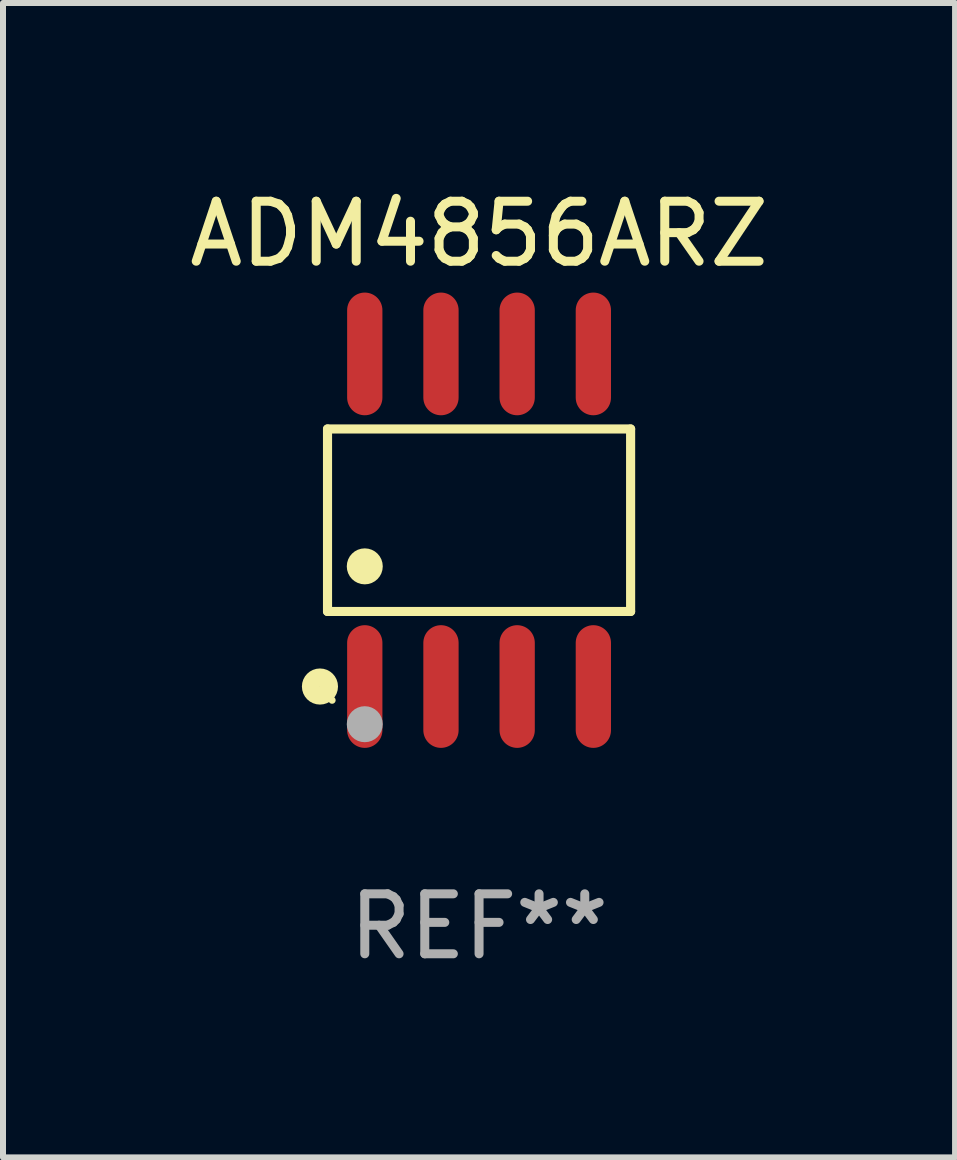
<source format=kicad_pcb>
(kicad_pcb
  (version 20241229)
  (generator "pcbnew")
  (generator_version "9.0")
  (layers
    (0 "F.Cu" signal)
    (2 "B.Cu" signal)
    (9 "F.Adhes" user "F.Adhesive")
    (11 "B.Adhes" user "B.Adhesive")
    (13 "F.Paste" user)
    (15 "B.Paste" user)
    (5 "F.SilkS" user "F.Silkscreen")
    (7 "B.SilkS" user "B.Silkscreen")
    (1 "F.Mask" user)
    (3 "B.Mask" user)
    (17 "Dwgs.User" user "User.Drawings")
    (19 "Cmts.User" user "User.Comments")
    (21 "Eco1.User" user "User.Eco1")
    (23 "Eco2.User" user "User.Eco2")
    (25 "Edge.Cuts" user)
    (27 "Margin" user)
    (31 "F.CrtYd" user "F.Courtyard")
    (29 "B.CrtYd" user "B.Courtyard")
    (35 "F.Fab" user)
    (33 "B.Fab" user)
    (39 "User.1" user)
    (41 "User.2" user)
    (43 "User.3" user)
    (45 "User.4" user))
  (footprint "ADM4856ARZ"
    (layer "F.Cu")
    (at 4.935 5.621)
    (property "Reference" "ADM4856ARZ" (at 0 -4.772 0) (layer "F.SilkS") (effects (font (size 1 1) (thickness 0.15))))
    (attr through_hole)
    (fp_line (start -2.526 -1.521) (end 2.526 -1.521) (stroke (width 0.152) (type solid)) (layer "F.SilkS"))
    (fp_line (start -2.526 1.521) (end -2.526 -1.521) (stroke (width 0.152) (type solid)) (layer "F.SilkS"))
    (fp_line (start 2.526 -1.521) (end 2.526 1.521) (stroke (width 0.152) (type solid)) (layer "F.SilkS"))
    (fp_line (start 2.526 1.521) (end -2.526 1.521) (stroke (width 0.152) (type solid)) (layer "F.SilkS"))
    (fp_circle (center -2.652 2.772) (end -2.501 2.772) (stroke (width 0.3) (type solid)) (fill no) (layer "F.SilkS"))
    (fp_circle (center -2.45 3) (end -2.42 3) (stroke (width 0.06) (type solid)) (fill no) (layer "F.SilkS"))
    (fp_circle (center -1.905 0.769) (end -1.755 0.769) (stroke (width 0.3) (type solid)) (fill no) (layer "F.SilkS"))
    (fp_circle (center -1.905 3.4) (end -1.755 3.4) (stroke (width 0.3) (type solid)) (fill no) (layer "F.Fab"))
    (fp_text user "REF**" (at 0 6.772 0) (layer "F.Fab") (effects (font (size 1 1) (thickness 0.15))))
    (pad "1" smd oval (at -1.905 2.772) (size 0.588 2.045) (layers "F.Cu" "F.Mask" "F.Paste"))
    (pad "2" smd oval (at -0.635 2.772) (size 0.588 2.045) (layers "F.Cu" "F.Mask" "F.Paste"))
    (pad "3" smd oval (at 0.635 2.772) (size 0.588 2.045) (layers "F.Cu" "F.Mask" "F.Paste"))
    (pad "4" smd oval (at 1.905 2.772) (size 0.588 2.045) (layers "F.Cu" "F.Mask" "F.Paste"))
    (pad "5" smd oval (at 1.905 -2.772) (size 0.588 2.045) (layers "F.Cu" "F.Mask" "F.Paste"))
    (pad "6" smd oval (at 0.635 -2.772) (size 0.588 2.045) (layers "F.Cu" "F.Mask" "F.Paste"))
    (pad "7" smd oval (at -0.635 -2.772) (size 0.588 2.045) (layers "F.Cu" "F.Mask" "F.Paste"))
    (pad "8" smd oval (at -1.905 -2.772) (size 0.588 2.045) (layers "F.Cu" "F.Mask" "F.Paste")))
  (gr_rect
    (start -3 -3)
    (end 12.869 16.241)
    (stroke (width 0.1) (type default))
    (fill no)
    (layer "Edge.Cuts")))
</source>
